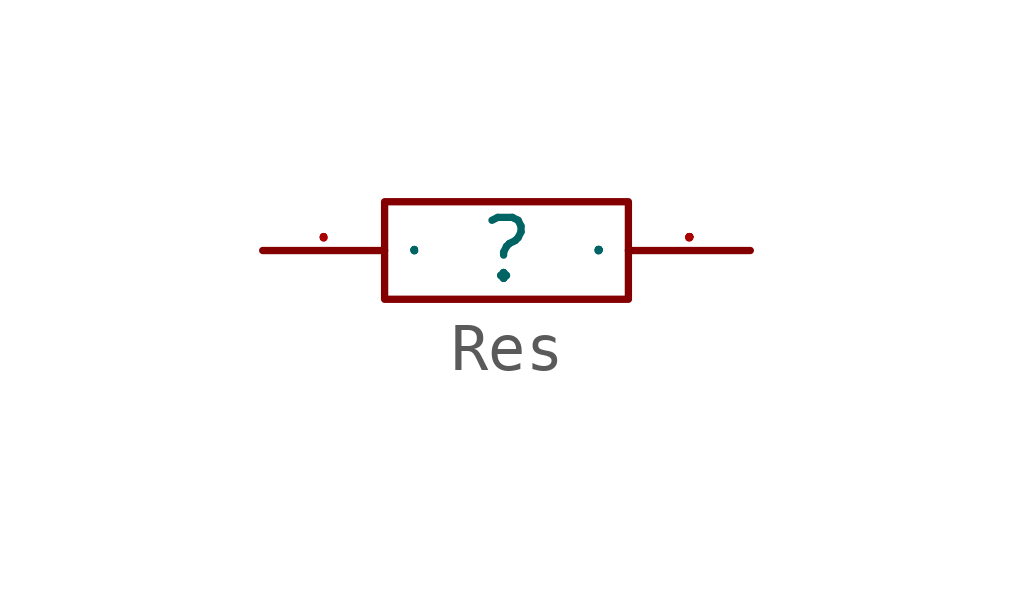
<source format=kicad_sym>
(kicad_symbol_lib
  (version 20231120)
  (generator "kicad_symbol_editor")
  (generator_version "8.0")
  (symbol "Res"
    (property "Reference" ""
      (at 0 0 0)
      (effects (font (size 1.27 1.27))))
    (property "Value" ""
      (at 0 0 0)
      (effects (font (size 1.27 1.27))))
    (symbol "Res_1_0"
      (rectangle (start -2.54 1.016) (end 2.54 -1.016) (stroke (width 0) (type default)) (fill (type none)))
      (pin input line (at -5.08 0 0) (length 2.54) (name "1" (effects (font (size 0.025 0.025)))) (number "1" (effects (font (size 0.025 0.025)))))
      (pin input line (at 5.08 0 180) (length 2.54) (name "2" (effects (font (size 0.025 0.025)))) (number "2" (effects (font (size 0.025 0.025))))))))
</source>
